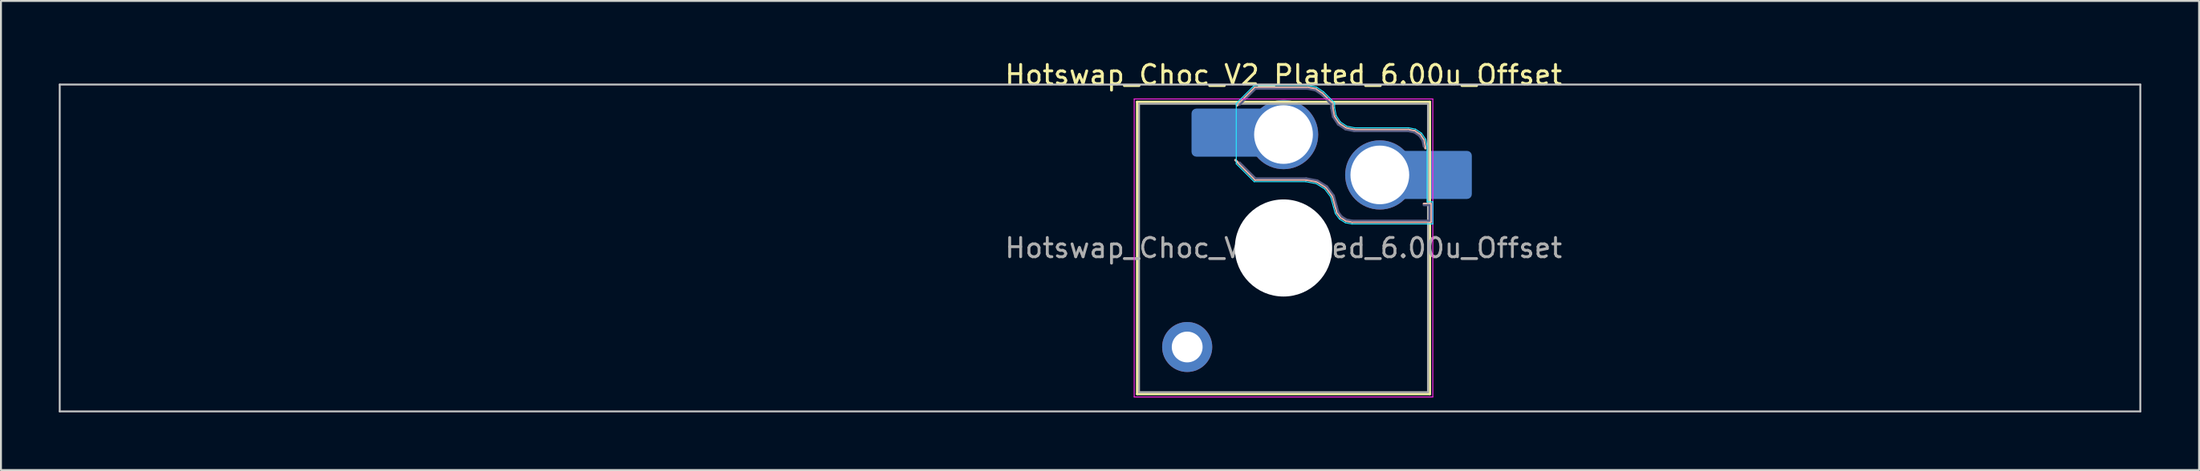
<source format=kicad_pcb>
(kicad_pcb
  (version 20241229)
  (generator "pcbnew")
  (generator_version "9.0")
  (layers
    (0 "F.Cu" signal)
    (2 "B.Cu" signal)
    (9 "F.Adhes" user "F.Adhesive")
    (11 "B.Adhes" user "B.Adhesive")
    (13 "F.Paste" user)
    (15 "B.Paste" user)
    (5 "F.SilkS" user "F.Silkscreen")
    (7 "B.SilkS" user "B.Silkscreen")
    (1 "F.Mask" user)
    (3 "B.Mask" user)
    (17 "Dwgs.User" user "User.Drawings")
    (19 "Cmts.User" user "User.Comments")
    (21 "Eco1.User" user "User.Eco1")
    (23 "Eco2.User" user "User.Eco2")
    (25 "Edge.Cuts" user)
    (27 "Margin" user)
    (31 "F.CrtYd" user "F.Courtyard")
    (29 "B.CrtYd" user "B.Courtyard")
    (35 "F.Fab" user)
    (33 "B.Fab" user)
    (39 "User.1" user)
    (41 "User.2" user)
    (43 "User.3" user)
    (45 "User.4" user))
  (footprint "Hotswap_Choc_V2_Plated_6.00u_Offset"
    (layer "F.Cu")
    (at 63.575 9.848)
    (property "Reference" "Hotswap_Choc_V2_Plated_6.00u_Offset" (at 0 -9 0) (layer "F.SilkS") (effects (font (size 1 1) (thickness 0.15))))
    (attr smd)
    (fp_line (start -7.6 -7.6) (end -7.6 7.6) (stroke (width 0.12) (type solid)) (layer "F.SilkS"))
    (fp_line (start -7.6 7.6) (end 7.6 7.6) (stroke (width 0.12) (type solid)) (layer "F.SilkS"))
    (fp_line (start 7.6 -7.6) (end -7.6 -7.6) (stroke (width 0.12) (type solid)) (layer "F.SilkS"))
    (fp_line (start 7.6 7.6) (end 7.6 -7.6) (stroke (width 0.12) (type solid)) (layer "F.SilkS"))
    (fp_line (start -2.416 -7.409) (end -1.479 -8.346) (stroke (width 0.12) (type solid)) (layer "B.SilkS"))
    (fp_line (start -1.479 -8.346) (end 1.268 -8.346) (stroke (width 0.12) (type solid)) (layer "B.SilkS"))
    (fp_line (start -1.479 -3.554) (end -2.5 -4.575) (stroke (width 0.12) (type solid)) (layer "B.SilkS"))
    (fp_line (start 1.168 -3.554) (end -1.479 -3.554) (stroke (width 0.12) (type solid)) (layer "B.SilkS"))
    (fp_line (start 1.268 -8.346) (end 1.671 -8.266) (stroke (width 0.12) (type solid)) (layer "B.SilkS"))
    (fp_line (start 1.671 -8.266) (end 2.013 -8.037) (stroke (width 0.12) (type solid)) (layer "B.SilkS"))
    (fp_line (start 1.73 -3.449) (end 1.168 -3.554) (stroke (width 0.12) (type solid)) (layer "B.SilkS"))
    (fp_line (start 2.013 -8.037) (end 2.546 -7.504) (stroke (width 0.12) (type solid)) (layer "B.SilkS"))
    (fp_line (start 2.209 -3.15) (end 1.73 -3.449) (stroke (width 0.12) (type solid)) (layer "B.SilkS"))
    (fp_line (start 2.546 -7.504) (end 2.546 -7.282) (stroke (width 0.12) (type solid)) (layer "B.SilkS"))
    (fp_line (start 2.546 -7.282) (end 2.633 -6.844) (stroke (width 0.12) (type solid)) (layer "B.SilkS"))
    (fp_line (start 2.547 -2.697) (end 2.209 -3.15) (stroke (width 0.12) (type solid)) (layer "B.SilkS"))
    (fp_line (start 2.633 -6.844) (end 2.877 -6.477) (stroke (width 0.12) (type solid)) (layer "B.SilkS"))
    (fp_line (start 2.701 -2.139) (end 2.547 -2.697) (stroke (width 0.12) (type solid)) (layer "B.SilkS"))
    (fp_line (start 2.783 -1.841) (end 2.701 -2.139) (stroke (width 0.12) (type solid)) (layer "B.SilkS"))
    (fp_line (start 2.877 -6.477) (end 3.244 -6.233) (stroke (width 0.12) (type solid)) (layer "B.SilkS"))
    (fp_line (start 2.976 -1.583) (end 2.783 -1.841) (stroke (width 0.12) (type solid)) (layer "B.SilkS"))
    (fp_line (start 3.244 -6.233) (end 3.682 -6.146) (stroke (width 0.12) (type solid)) (layer "B.SilkS"))
    (fp_line (start 3.25 -1.413) (end 2.976 -1.583) (stroke (width 0.12) (type solid)) (layer "B.SilkS"))
    (fp_line (start 3.56 -1.354) (end 3.25 -1.413) (stroke (width 0.12) (type solid)) (layer "B.SilkS"))
    (fp_line (start 3.682 -6.146) (end 6.482 -6.146) (stroke (width 0.12) (type solid)) (layer "B.SilkS"))
    (fp_line (start 6.482 -6.146) (end 6.809 -6.081) (stroke (width 0.12) (type solid)) (layer "B.SilkS"))
    (fp_line (start 6.809 -6.081) (end 7.092 -5.892) (stroke (width 0.12) (type solid)) (layer "B.SilkS"))
    (fp_line (start 7.092 -5.892) (end 7.281 -5.609) (stroke (width 0.12) (type solid)) (layer "B.SilkS"))
    (fp_line (start 7.281 -5.609) (end 7.366 -5.182) (stroke (width 0.12) (type solid)) (layer "B.SilkS"))
    (fp_line (start 7.283 -2.296) (end 7.646 -2.296) (stroke (width 0.12) (type solid)) (layer "B.SilkS"))
    (fp_line (start 7.646 -2.296) (end 7.646 -1.354) (stroke (width 0.12) (type solid)) (layer "B.SilkS"))
    (fp_line (start 7.646 -1.354) (end 3.56 -1.354) (stroke (width 0.12) (type solid)) (layer "B.SilkS"))
    (fp_line (start -63.525 -8.5) (end -63.525 8.5) (stroke (width 0.1) (type solid)) (layer "Dwgs.User"))
    (fp_line (start -63.525 8.5) (end 44.475 8.5) (stroke (width 0.1) (type solid)) (layer "Dwgs.User"))
    (fp_line (start 44.475 -8.5) (end -63.525 -8.5) (stroke (width 0.1) (type solid)) (layer "Dwgs.User"))
    (fp_line (start 44.475 8.5) (end 44.475 -8.5) (stroke (width 0.1) (type solid)) (layer "Dwgs.User"))
    (fp_line (start -7.25 -7.25) (end -7.25 7.25) (stroke (width 0.1) (type solid)) (layer "Eco1.User"))
    (fp_line (start -7.25 7.25) (end 7.25 7.25) (stroke (width 0.1) (type solid)) (layer "Eco1.User"))
    (fp_line (start 7.25 -7.25) (end -7.25 -7.25) (stroke (width 0.1) (type solid)) (layer "Eco1.User"))
    (fp_line (start 7.25 7.25) (end 7.25 -7.25) (stroke (width 0.1) (type solid)) (layer "Eco1.User"))
    (fp_line (start -2.452 -7.523) (end -1.523 -8.452) (stroke (width 0.05) (type solid)) (layer "B.CrtYd"))
    (fp_line (start -2.452 -4.377) (end -2.452 -7.523) (stroke (width 0.05) (type solid)) (layer "B.CrtYd"))
    (fp_line (start -1.523 -8.452) (end 1.278 -8.452) (stroke (width 0.05) (type solid)) (layer "B.CrtYd"))
    (fp_line (start -1.523 -3.448) (end -2.452 -4.377) (stroke (width 0.05) (type solid)) (layer "B.CrtYd"))
    (fp_line (start 1.159 -3.448) (end -1.523 -3.448) (stroke (width 0.05) (type solid)) (layer "B.CrtYd"))
    (fp_line (start 1.278 -8.452) (end 1.712 -8.366) (stroke (width 0.05) (type solid)) (layer "B.CrtYd"))
    (fp_line (start 1.691 -3.348) (end 1.159 -3.448) (stroke (width 0.05) (type solid)) (layer "B.CrtYd"))
    (fp_line (start 1.712 -8.366) (end 2.081 -8.119) (stroke (width 0.05) (type solid)) (layer "B.CrtYd"))
    (fp_line (start 2.081 -8.119) (end 2.652 -7.548) (stroke (width 0.05) (type solid)) (layer "B.CrtYd"))
    (fp_line (start 2.136 -3.071) (end 1.691 -3.348) (stroke (width 0.05) (type solid)) (layer "B.CrtYd"))
    (fp_line (start 2.45 -2.65) (end 2.136 -3.071) (stroke (width 0.05) (type solid)) (layer "B.CrtYd"))
    (fp_line (start 2.599 -2.111) (end 2.45 -2.65) (stroke (width 0.05) (type solid)) (layer "B.CrtYd"))
    (fp_line (start 2.652 -7.548) (end 2.652 -7.292) (stroke (width 0.05) (type solid)) (layer "B.CrtYd"))
    (fp_line (start 2.652 -7.292) (end 2.733 -6.885) (stroke (width 0.05) (type solid)) (layer "B.CrtYd"))
    (fp_line (start 2.687 -1.794) (end 2.599 -2.111) (stroke (width 0.05) (type solid)) (layer "B.CrtYd"))
    (fp_line (start 2.733 -6.885) (end 2.953 -6.553) (stroke (width 0.05) (type solid)) (layer "B.CrtYd"))
    (fp_line (start 2.903 -1.503) (end 2.687 -1.794) (stroke (width 0.05) (type solid)) (layer "B.CrtYd"))
    (fp_line (start 2.953 -6.553) (end 3.285 -6.333) (stroke (width 0.05) (type solid)) (layer "B.CrtYd"))
    (fp_line (start 3.211 -1.312) (end 2.903 -1.503) (stroke (width 0.05) (type solid)) (layer "B.CrtYd"))
    (fp_line (start 3.285 -6.333) (end 3.692 -6.252) (stroke (width 0.05) (type solid)) (layer "B.CrtYd"))
    (fp_line (start 3.55 -1.248) (end 3.211 -1.312) (stroke (width 0.05) (type solid)) (layer "B.CrtYd"))
    (fp_line (start 3.692 -6.252) (end 6.492 -6.252) (stroke (width 0.05) (type solid)) (layer "B.CrtYd"))
    (fp_line (start 6.492 -6.252) (end 6.85 -6.181) (stroke (width 0.05) (type solid)) (layer "B.CrtYd"))
    (fp_line (start 6.85 -6.181) (end 7.168 -5.968) (stroke (width 0.05) (type solid)) (layer "B.CrtYd"))
    (fp_line (start 7.168 -5.968) (end 7.381 -5.65) (stroke (width 0.05) (type solid)) (layer "B.CrtYd"))
    (fp_line (start 7.381 -5.65) (end 7.452 -5.292) (stroke (width 0.05) (type solid)) (layer "B.CrtYd"))
    (fp_line (start 7.452 -5.292) (end 7.452 -2.402) (stroke (width 0.05) (type solid)) (layer "B.CrtYd"))
    (fp_line (start 7.452 -2.402) (end 7.752 -2.402) (stroke (width 0.05) (type solid)) (layer "B.CrtYd"))
    (fp_line (start 7.752 -2.402) (end 7.752 -1.248) (stroke (width 0.05) (type solid)) (layer "B.CrtYd"))
    (fp_line (start 7.752 -1.248) (end 3.55 -1.248) (stroke (width 0.05) (type solid)) (layer "B.CrtYd"))
    (fp_line (start -7.75 -7.75) (end -7.75 7.75) (stroke (width 0.05) (type solid)) (layer "F.CrtYd"))
    (fp_line (start -7.75 7.75) (end 7.75 7.75) (stroke (width 0.05) (type solid)) (layer "F.CrtYd"))
    (fp_line (start 7.75 -7.75) (end -7.75 -7.75) (stroke (width 0.05) (type solid)) (layer "F.CrtYd"))
    (fp_line (start 7.75 7.75) (end 7.75 -7.75) (stroke (width 0.05) (type solid)) (layer "F.CrtYd"))
    (fp_line (start -2.275 -7.45) (end -1.45 -8.275) (stroke (width 0.1) (type solid)) (layer "B.Fab"))
    (fp_line (start -1.45 -8.275) (end 1.261 -8.275) (stroke (width 0.1) (type solid)) (layer "B.Fab"))
    (fp_line (start -1.45 -3.625) (end -2.275 -4.45) (stroke (width 0.1) (type solid)) (layer "B.Fab"))
    (fp_line (start 1.175 -3.625) (end -1.45 -3.625) (stroke (width 0.1) (type solid)) (layer "B.Fab"))
    (fp_line (start 1.261 -8.275) (end 1.643 -8.199) (stroke (width 0.1) (type solid)) (layer "B.Fab"))
    (fp_line (start 1.643 -8.199) (end 1.968 -7.982) (stroke (width 0.1) (type solid)) (layer "B.Fab"))
    (fp_line (start 1.756 -3.516) (end 1.175 -3.625) (stroke (width 0.1) (type solid)) (layer "B.Fab"))
    (fp_line (start 1.968 -7.982) (end 2.475 -7.475) (stroke (width 0.1) (type solid)) (layer "B.Fab"))
    (fp_line (start 2.258 -3.203) (end 1.756 -3.516) (stroke (width 0.1) (type solid)) (layer "B.Fab"))
    (fp_line (start 2.475 -7.475) (end 2.475 -7.275) (stroke (width 0.1) (type solid)) (layer "B.Fab"))
    (fp_line (start 2.475 -7.275) (end 2.566 -6.816) (stroke (width 0.1) (type solid)) (layer "B.Fab"))
    (fp_line (start 2.566 -6.816) (end 2.826 -6.426) (stroke (width 0.1) (type solid)) (layer "B.Fab"))
    (fp_line (start 2.612 -2.729) (end 2.258 -3.203) (stroke (width 0.1) (type solid)) (layer "B.Fab"))
    (fp_line (start 2.769 -2.158) (end 2.612 -2.729) (stroke (width 0.1) (type solid)) (layer "B.Fab"))
    (fp_line (start 2.826 -6.426) (end 3.216 -6.166) (stroke (width 0.1) (type solid)) (layer "B.Fab"))
    (fp_line (start 2.848 -1.873) (end 2.769 -2.158) (stroke (width 0.1) (type solid)) (layer "B.Fab"))
    (fp_line (start 3.025 -1.636) (end 2.848 -1.873) (stroke (width 0.1) (type solid)) (layer "B.Fab"))
    (fp_line (start 3.216 -6.166) (end 3.675 -6.075) (stroke (width 0.1) (type solid)) (layer "B.Fab"))
    (fp_line (start 3.276 -1.48) (end 3.025 -1.636) (stroke (width 0.1) (type solid)) (layer "B.Fab"))
    (fp_line (start 3.567 -1.425) (end 3.276 -1.48) (stroke (width 0.1) (type solid)) (layer "B.Fab"))
    (fp_line (start 3.675 -6.075) (end 6.475 -6.075) (stroke (width 0.1) (type solid)) (layer "B.Fab"))
    (fp_line (start 6.475 -6.075) (end 6.781 -6.014) (stroke (width 0.1) (type solid)) (layer "B.Fab"))
    (fp_line (start 6.781 -6.014) (end 7.041 -5.841) (stroke (width 0.1) (type solid)) (layer "B.Fab"))
    (fp_line (start 7.041 -5.841) (end 7.214 -5.581) (stroke (width 0.1) (type solid)) (layer "B.Fab"))
    (fp_line (start 7.214 -5.581) (end 7.275 -5.275) (stroke (width 0.1) (type solid)) (layer "B.Fab"))
    (fp_line (start 7.275 -2.225) (end 7.575 -2.225) (stroke (width 0.1) (type solid)) (layer "B.Fab"))
    (fp_line (start 7.575 -2.225) (end 7.575 -1.425) (stroke (width 0.1) (type solid)) (layer "B.Fab"))
    (fp_line (start 7.575 -1.425) (end 3.567 -1.425) (stroke (width 0.1) (type solid)) (layer "B.Fab"))
    (fp_line (start -7.5 -7.5) (end -7.5 7.5) (stroke (width 0.1) (type solid)) (layer "F.Fab"))
    (fp_line (start -7.5 7.5) (end 7.5 7.5) (stroke (width 0.1) (type solid)) (layer "F.Fab"))
    (fp_line (start 7.5 -7.5) (end -7.5 -7.5) (stroke (width 0.1) (type solid)) (layer "F.Fab"))
    (fp_line (start 7.5 7.5) (end 7.5 -7.5) (stroke (width 0.1) (type solid)) (layer "F.Fab"))
    (fp_text user "${REFERENCE}" (at 0 0 0) (layer "F.Fab") (effects (font (size 1 1) (thickness 0.15))))
    (pad "" thru_hole circle (at -5 5.15) (size 2.6 2.6) (drill 1.6) (layers "*.Cu" "*.Mask"))
    (pad "" smd roundrect (at -3.5 -6) (size 2.55 2.5) (layers "B.Mask" "B.Paste") (roundrect_rratio 0.1))
    (pad "" np_thru_hole circle (at 0 0) (size 5.05 5.05) (drill 5.05) (layers "*.Cu" "*.Mask"))
    (pad "" smd roundrect (at 8.5 -3.8) (size 2.55 2.5) (layers "B.Mask" "B.Paste") (roundrect_rratio 0.1))
    (pad "1" smd roundrect (at -2.85 -6) (size 3.85 2.5) (layers "B.Cu") (roundrect_rratio 0.1))
    (pad "1" thru_hole circle (at 0 -5.9) (size 3.6 3.6) (drill 3.05) (layers "*.Cu" "*.Mask"))
    (pad "2" thru_hole circle (at 5 -3.8) (size 3.6 3.6) (drill 3.05) (layers "*.Cu" "*.Mask"))
    (pad "2" smd roundrect (at 7.85 -3.8) (size 3.85 2.5) (layers "B.Cu") (roundrect_rratio 0.1)))
  (gr_rect
    (start -3 -3)
    (end 111.1 21.398)
    (stroke (width 0.1) (type default))
    (fill no)
    (layer "Edge.Cuts")))
</source>
